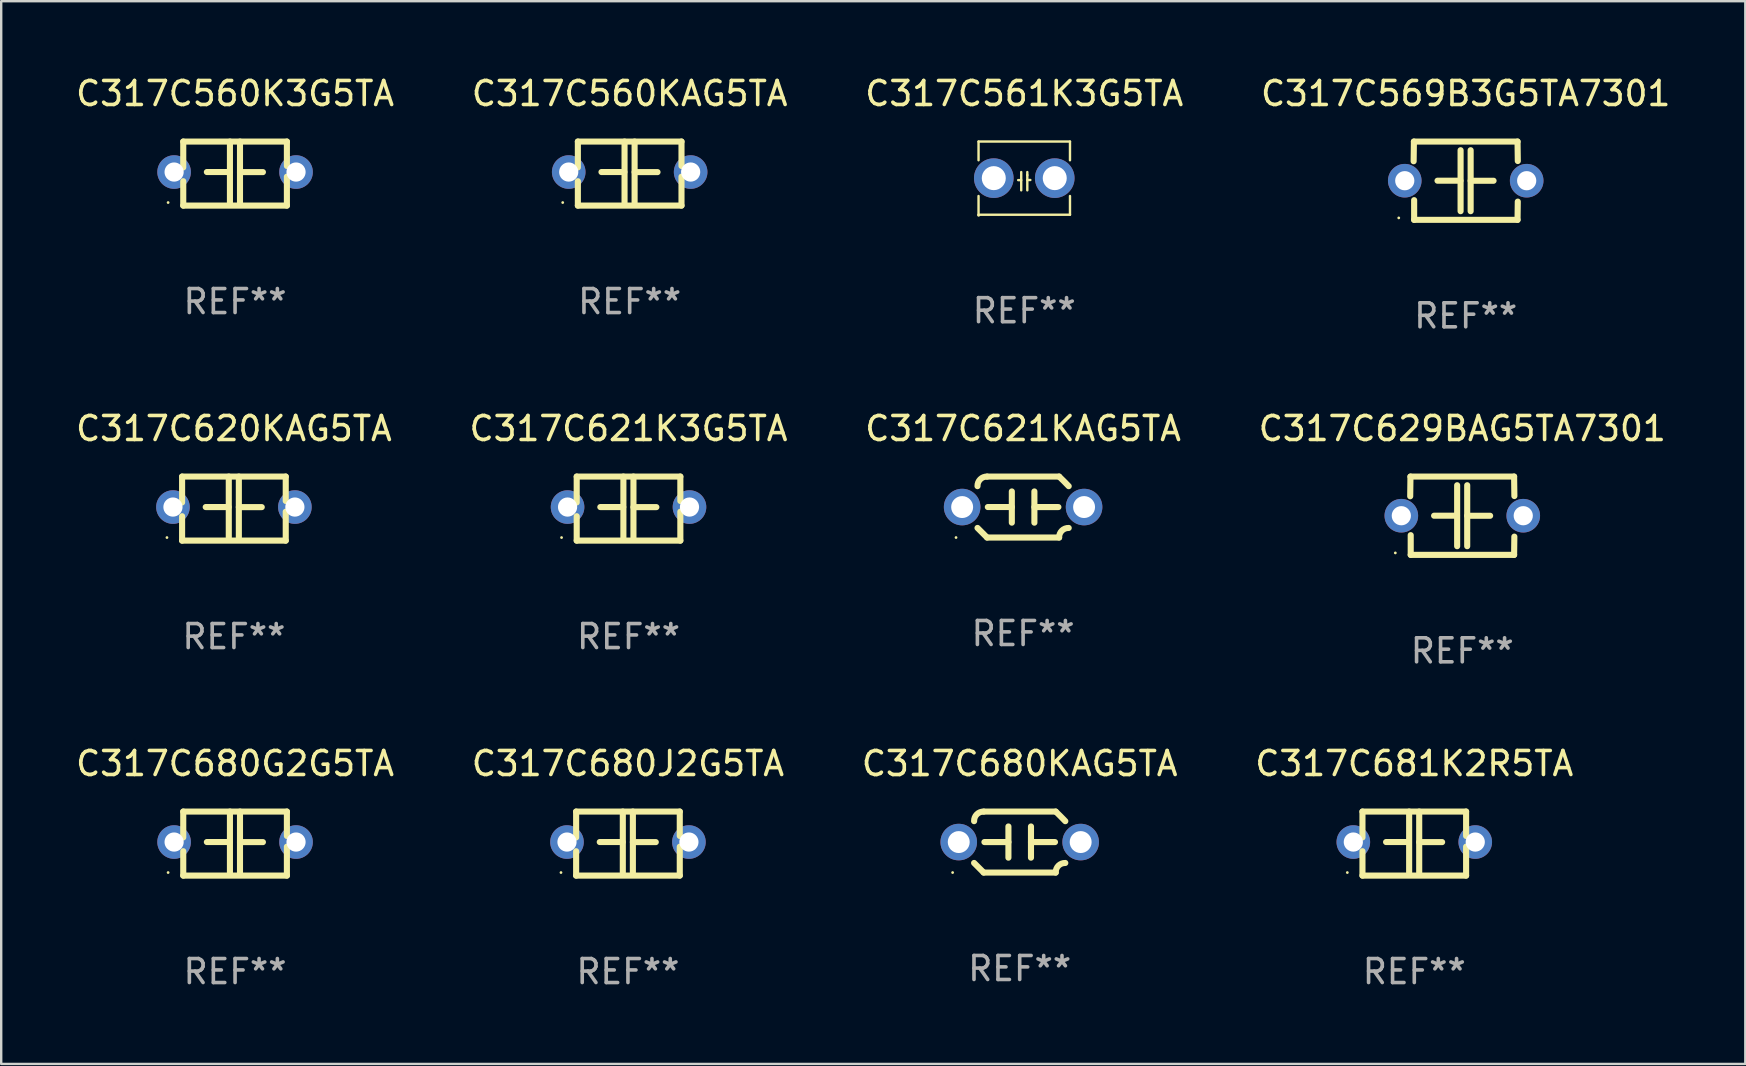
<source format=kicad_pcb>
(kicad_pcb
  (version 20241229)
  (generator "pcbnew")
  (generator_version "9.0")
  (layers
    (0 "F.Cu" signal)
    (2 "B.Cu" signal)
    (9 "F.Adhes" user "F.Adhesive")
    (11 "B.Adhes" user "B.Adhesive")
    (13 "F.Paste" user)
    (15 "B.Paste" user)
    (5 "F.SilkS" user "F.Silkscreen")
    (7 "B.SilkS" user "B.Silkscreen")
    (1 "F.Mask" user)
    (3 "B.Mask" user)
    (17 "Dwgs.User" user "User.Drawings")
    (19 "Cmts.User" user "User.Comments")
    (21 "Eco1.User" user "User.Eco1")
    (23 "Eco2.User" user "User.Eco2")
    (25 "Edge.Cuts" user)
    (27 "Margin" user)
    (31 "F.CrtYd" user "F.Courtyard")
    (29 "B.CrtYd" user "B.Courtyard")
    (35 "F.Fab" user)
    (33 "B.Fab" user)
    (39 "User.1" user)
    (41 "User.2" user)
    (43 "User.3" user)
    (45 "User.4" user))
  (footprint "C317C560K3G5TA"
    (layer "F.Cu")
    (at 6.744 4.182)
    (property "Reference" "C317C560K3G5TA" (at 0 -3.334 0) (layer "F.SilkS") (effects (font (size 1 1) (thickness 0.15))))
    (attr through_hole)
    (fp_line (start -2.159 -1.334) (end 2.159 -1.334) (stroke (width 0.254) (type solid)) (layer "F.SilkS"))
    (fp_line (start -2.159 -0.256) (end -2.159 -1.334) (stroke (width 0.254) (type solid)) (layer "F.SilkS"))
    (fp_line (start -2.159 1.334) (end -2.159 0.318) (stroke (width 0.254) (type solid)) (layer "F.SilkS"))
    (fp_line (start -0.22 -0.064) (end -1.175 -0.064) (stroke (width 0.254) (type solid)) (layer "F.SilkS"))
    (fp_line (start -0.214 -1.334) (end -0.214 1.207) (stroke (width 0.254) (type solid)) (layer "F.SilkS"))
    (fp_line (start 0.205 -1.334) (end 0.205 1.207) (stroke (width 0.254) (type solid)) (layer "F.SilkS"))
    (fp_line (start 0.205 -0.061) (end 1.16 -0.061) (stroke (width 0.254) (type solid)) (layer "F.SilkS"))
    (fp_line (start 2.159 -1.334) (end 2.159 -0.318) (stroke (width 0.254) (type solid)) (layer "F.SilkS"))
    (fp_line (start 2.159 0.129) (end 2.159 1.334) (stroke (width 0.254) (type solid)) (layer "F.SilkS"))
    (fp_line (start 2.159 1.334) (end -2.159 1.334) (stroke (width 0.254) (type solid)) (layer "F.SilkS"))
    (fp_circle (center -2.79 1.207) (end -2.76 1.207) (stroke (width 0.06) (type solid)) (fill no) (layer "F.SilkS"))
    (fp_text user "REF**" (at 0 5.334 0) (layer "F.Fab") (effects (font (size 1 1) (thickness 0.15))))
    (pad "1" thru_hole circle (at -2.54 -0.064) (size 1.4 1.4) (drill 0.8) (layers "*.Cu" "*.Mask"))
    (pad "2" thru_hole circle (at 2.54 -0.064) (size 1.4 1.4) (drill 0.8) (layers "*.Cu" "*.Mask")))
  (footprint "C317C620KAG5TA"
    (layer "F.Cu")
    (at 6.696 18.14)
    (property "Reference" "C317C620KAG5TA" (at 0 -3.334 0) (layer "F.SilkS") (effects (font (size 1 1) (thickness 0.15))))
    (attr through_hole)
    (fp_line (start -2.159 -1.334) (end 2.159 -1.334) (stroke (width 0.254) (type solid)) (layer "F.SilkS"))
    (fp_line (start -2.159 -0.256) (end -2.159 -1.334) (stroke (width 0.254) (type solid)) (layer "F.SilkS"))
    (fp_line (start -2.159 1.334) (end -2.159 0.318) (stroke (width 0.254) (type solid)) (layer "F.SilkS"))
    (fp_line (start -0.22 -0.064) (end -1.175 -0.064) (stroke (width 0.254) (type solid)) (layer "F.SilkS"))
    (fp_line (start -0.214 -1.334) (end -0.214 1.207) (stroke (width 0.254) (type solid)) (layer "F.SilkS"))
    (fp_line (start 0.205 -1.334) (end 0.205 1.207) (stroke (width 0.254) (type solid)) (layer "F.SilkS"))
    (fp_line (start 0.205 -0.061) (end 1.16 -0.061) (stroke (width 0.254) (type solid)) (layer "F.SilkS"))
    (fp_line (start 2.159 -1.334) (end 2.159 -0.318) (stroke (width 0.254) (type solid)) (layer "F.SilkS"))
    (fp_line (start 2.159 0.129) (end 2.159 1.334) (stroke (width 0.254) (type solid)) (layer "F.SilkS"))
    (fp_line (start 2.159 1.334) (end -2.159 1.334) (stroke (width 0.254) (type solid)) (layer "F.SilkS"))
    (fp_circle (center -2.79 1.207) (end -2.76 1.207) (stroke (width 0.06) (type solid)) (fill no) (layer "F.SilkS"))
    (fp_text user "REF**" (at 0 5.334 0) (layer "F.Fab") (effects (font (size 1 1) (thickness 0.15))))
    (pad "1" thru_hole circle (at -2.54 -0.064) (size 1.4 1.4) (drill 0.8) (layers "*.Cu" "*.Mask"))
    (pad "2" thru_hole circle (at 2.54 -0.064) (size 1.4 1.4) (drill 0.8) (layers "*.Cu" "*.Mask")))
  (footprint "C317C569B3G5TA7301"
    (layer "F.Cu")
    (at 58.018 4.479)
    (property "Reference" "C317C569B3G5TA7301" (at 0 -3.631 0) (layer "F.SilkS") (effects (font (size 1 1) (thickness 0.15))))
    (attr through_hole)
    (fp_line (start -2.17 -0.81) (end -2.159 -1.631) (stroke (width 0.254) (type solid)) (layer "F.SilkS"))
    (fp_line (start -2.159 -1.631) (end 2.159 -1.631) (stroke (width 0.254) (type solid)) (layer "F.SilkS"))
    (fp_line (start -2.149 1.631) (end -2.149 0.81) (stroke (width 0.254) (type solid)) (layer "F.SilkS"))
    (fp_line (start -0.22 0) (end -1.175 0) (stroke (width 0.254) (type solid)) (layer "F.SilkS"))
    (fp_line (start -0.214 -1.27) (end -0.214 1.27) (stroke (width 0.254) (type solid)) (layer "F.SilkS"))
    (fp_line (start 0.205 -1.27) (end 0.205 1.27) (stroke (width 0.254) (type solid)) (layer "F.SilkS"))
    (fp_line (start 0.205 0.002) (end 1.16 0.002) (stroke (width 0.254) (type solid)) (layer "F.SilkS"))
    (fp_line (start 2.159 -1.631) (end 2.17 -0.82) (stroke (width 0.254) (type solid)) (layer "F.SilkS"))
    (fp_line (start 2.159 1.631) (end -2.149 1.631) (stroke (width 0.254) (type solid)) (layer "F.SilkS"))
    (fp_line (start 2.169 0.871) (end 2.159 1.631) (stroke (width 0.254) (type solid)) (layer "F.SilkS"))
    (fp_circle (center -2.79 1.55) (end -2.76 1.55) (stroke (width 0.06) (type solid)) (fill no) (layer "F.SilkS"))
    (fp_text user "REF**" (at 0 5.631 0) (layer "F.Fab") (effects (font (size 1 1) (thickness 0.15))))
    (pad "1" thru_hole circle (at -2.54 0) (size 1.4 1.4) (drill 0.8) (layers "*.Cu" "*.Mask"))
    (pad "2" thru_hole circle (at 2.54 0) (size 1.4 1.4) (drill 0.8) (layers "*.Cu" "*.Mask")))
  (footprint "C317C621K3G5TA"
    (layer "F.Cu")
    (at 23.137 18.14)
    (property "Reference" "C317C621K3G5TA" (at 0 -3.334 0) (layer "F.SilkS") (effects (font (size 1 1) (thickness 0.15))))
    (attr through_hole)
    (fp_line (start -2.159 -1.334) (end 2.159 -1.334) (stroke (width 0.254) (type solid)) (layer "F.SilkS"))
    (fp_line (start -2.159 -0.256) (end -2.159 -1.334) (stroke (width 0.254) (type solid)) (layer "F.SilkS"))
    (fp_line (start -2.159 1.334) (end -2.159 0.318) (stroke (width 0.254) (type solid)) (layer "F.SilkS"))
    (fp_line (start -0.22 -0.064) (end -1.175 -0.064) (stroke (width 0.254) (type solid)) (layer "F.SilkS"))
    (fp_line (start -0.214 -1.334) (end -0.214 1.207) (stroke (width 0.254) (type solid)) (layer "F.SilkS"))
    (fp_line (start 0.205 -1.334) (end 0.205 1.207) (stroke (width 0.254) (type solid)) (layer "F.SilkS"))
    (fp_line (start 0.205 -0.061) (end 1.16 -0.061) (stroke (width 0.254) (type solid)) (layer "F.SilkS"))
    (fp_line (start 2.159 -1.334) (end 2.159 -0.318) (stroke (width 0.254) (type solid)) (layer "F.SilkS"))
    (fp_line (start 2.159 0.129) (end 2.159 1.334) (stroke (width 0.254) (type solid)) (layer "F.SilkS"))
    (fp_line (start 2.159 1.334) (end -2.159 1.334) (stroke (width 0.254) (type solid)) (layer "F.SilkS"))
    (fp_circle (center -2.79 1.207) (end -2.76 1.207) (stroke (width 0.06) (type solid)) (fill no) (layer "F.SilkS"))
    (fp_text user "REF**" (at 0 5.334 0) (layer "F.Fab") (effects (font (size 1 1) (thickness 0.15))))
    (pad "1" thru_hole circle (at -2.54 -0.064) (size 1.4 1.4) (drill 0.8) (layers "*.Cu" "*.Mask"))
    (pad "2" thru_hole circle (at 2.54 -0.064) (size 1.4 1.4) (drill 0.8) (layers "*.Cu" "*.Mask")))
  (footprint "C317C680G2G5TA"
    (layer "F.Cu")
    (at 6.744 32.097)
    (property "Reference" "C317C680G2G5TA" (at 0 -3.334 0) (layer "F.SilkS") (effects (font (size 1 1) (thickness 0.15))))
    (attr through_hole)
    (fp_line (start -2.159 -1.334) (end 2.159 -1.334) (stroke (width 0.254) (type solid)) (layer "F.SilkS"))
    (fp_line (start -2.159 -0.256) (end -2.159 -1.334) (stroke (width 0.254) (type solid)) (layer "F.SilkS"))
    (fp_line (start -2.159 1.334) (end -2.159 0.318) (stroke (width 0.254) (type solid)) (layer "F.SilkS"))
    (fp_line (start -0.22 -0.064) (end -1.175 -0.064) (stroke (width 0.254) (type solid)) (layer "F.SilkS"))
    (fp_line (start -0.214 -1.334) (end -0.214 1.207) (stroke (width 0.254) (type solid)) (layer "F.SilkS"))
    (fp_line (start 0.205 -1.334) (end 0.205 1.207) (stroke (width 0.254) (type solid)) (layer "F.SilkS"))
    (fp_line (start 0.205 -0.061) (end 1.16 -0.061) (stroke (width 0.254) (type solid)) (layer "F.SilkS"))
    (fp_line (start 2.159 -1.334) (end 2.159 -0.318) (stroke (width 0.254) (type solid)) (layer "F.SilkS"))
    (fp_line (start 2.159 0.129) (end 2.159 1.334) (stroke (width 0.254) (type solid)) (layer "F.SilkS"))
    (fp_line (start 2.159 1.334) (end -2.159 1.334) (stroke (width 0.254) (type solid)) (layer "F.SilkS"))
    (fp_circle (center -2.79 1.207) (end -2.76 1.207) (stroke (width 0.06) (type solid)) (fill no) (layer "F.SilkS"))
    (fp_text user "REF**" (at 0 5.334 0) (layer "F.Fab") (effects (font (size 1 1) (thickness 0.15))))
    (pad "1" thru_hole circle (at -2.54 -0.064) (size 1.4 1.4) (drill 0.8) (layers "*.Cu" "*.Mask"))
    (pad "2" thru_hole circle (at 2.54 -0.064) (size 1.4 1.4) (drill 0.8) (layers "*.Cu" "*.Mask")))
  (footprint "C317C560KAG5TA"
    (layer "F.Cu")
    (at 23.185 4.182)
    (property "Reference" "C317C560KAG5TA" (at 0 -3.334 0) (layer "F.SilkS") (effects (font (size 1 1) (thickness 0.15))))
    (attr through_hole)
    (fp_line (start -2.159 -1.334) (end 2.159 -1.334) (stroke (width 0.254) (type solid)) (layer "F.SilkS"))
    (fp_line (start -2.159 -0.256) (end -2.159 -1.334) (stroke (width 0.254) (type solid)) (layer "F.SilkS"))
    (fp_line (start -2.159 1.334) (end -2.159 0.318) (stroke (width 0.254) (type solid)) (layer "F.SilkS"))
    (fp_line (start -0.22 -0.064) (end -1.175 -0.064) (stroke (width 0.254) (type solid)) (layer "F.SilkS"))
    (fp_line (start -0.214 -1.334) (end -0.214 1.207) (stroke (width 0.254) (type solid)) (layer "F.SilkS"))
    (fp_line (start 0.205 -1.334) (end 0.205 1.207) (stroke (width 0.254) (type solid)) (layer "F.SilkS"))
    (fp_line (start 0.205 -0.061) (end 1.16 -0.061) (stroke (width 0.254) (type solid)) (layer "F.SilkS"))
    (fp_line (start 2.159 -1.334) (end 2.159 -0.318) (stroke (width 0.254) (type solid)) (layer "F.SilkS"))
    (fp_line (start 2.159 0.129) (end 2.159 1.334) (stroke (width 0.254) (type solid)) (layer "F.SilkS"))
    (fp_line (start 2.159 1.334) (end -2.159 1.334) (stroke (width 0.254) (type solid)) (layer "F.SilkS"))
    (fp_circle (center -2.79 1.207) (end -2.76 1.207) (stroke (width 0.06) (type solid)) (fill no) (layer "F.SilkS"))
    (fp_text user "REF**" (at 0 5.334 0) (layer "F.Fab") (effects (font (size 1 1) (thickness 0.15))))
    (pad "1" thru_hole circle (at -2.54 -0.064) (size 1.4 1.4) (drill 0.8) (layers "*.Cu" "*.Mask"))
    (pad "2" thru_hole circle (at 2.54 -0.064) (size 1.4 1.4) (drill 0.8) (layers "*.Cu" "*.Mask")))
  (footprint "C317C621KAG5TA"
    (layer "F.Cu")
    (at 39.577 18.076)
    (property "Reference" "C317C621KAG5TA" (at 0 -3.27 0) (layer "F.SilkS") (effects (font (size 1 1) (thickness 0.15))))
    (attr through_hole)
    (fp_line (start -1.5 -1.27) (end 1.5 -1.27) (stroke (width 0.254) (type solid)) (layer "F.SilkS"))
    (fp_line (start -0.47 -0.65) (end -0.47 0.65) (stroke (width 0.254) (type solid)) (layer "F.SilkS"))
    (fp_line (start -0.47 -0.000381) (end -1.47 -0.000381) (stroke (width 0.254) (type solid)) (layer "F.SilkS"))
    (fp_line (start 0.47 0.000356) (end 1.47 0.000356) (stroke (width 0.254) (type solid)) (layer "F.SilkS"))
    (fp_line (start 0.47 0.65) (end 0.47 -0.65) (stroke (width 0.254) (type solid)) (layer "F.SilkS"))
    (fp_line (start 1.5 1.27) (end -1.5 1.27) (stroke (width 0.254) (type solid)) (layer "F.SilkS"))
    (fp_arc (start -1.899924 -0.871221) (mid -1.78599 -1.156887) (end -1.5 -1.270003) (stroke (width 0.254001) (type solid)) (layer "F.SilkS"))
    (fp_arc (start -1.501217 1.269929) (mid -1.700682 1.070039) (end -1.9 0.870003) (stroke (width 0.254001) (type solid)) (layer "F.SilkS"))
    (fp_arc (start 1.5 1.270003) (mid 1.614112 0.984517) (end 1.899923 0.871222) (stroke (width 0.254001) (type solid)) (layer "F.SilkS"))
    (fp_arc (start 1.501219 -1.269927) (mid 1.70319 -1.072538) (end 1.9 -0.870003) (stroke (width 0.254001) (type solid)) (layer "F.SilkS"))
    (fp_circle (center -2.795 1.27) (end -2.765 1.27) (stroke (width 0.06) (type solid)) (fill no) (layer "F.SilkS"))
    (fp_text user "REF**" (at 0 5.27 0) (layer "F.Fab") (effects (font (size 1 1) (thickness 0.15))))
    (pad "1" thru_hole circle (at -2.54 0) (size 1.524 1.524) (drill 0.914) (layers "*.Cu" "*.Mask"))
    (pad "2" thru_hole circle (at 2.54 0) (size 1.524 1.524) (drill 0.914) (layers "*.Cu" "*.Mask")))
  (footprint "C317C629BAG5TA7301"
    (layer "F.Cu")
    (at 57.875 18.437)
    (property "Reference" "C317C629BAG5TA7301" (at 0 -3.631 0) (layer "F.SilkS") (effects (font (size 1 1) (thickness 0.15))))
    (attr through_hole)
    (fp_line (start -2.17 -0.81) (end -2.159 -1.631) (stroke (width 0.254) (type solid)) (layer "F.SilkS"))
    (fp_line (start -2.159 -1.631) (end 2.159 -1.631) (stroke (width 0.254) (type solid)) (layer "F.SilkS"))
    (fp_line (start -2.149 1.631) (end -2.149 0.81) (stroke (width 0.254) (type solid)) (layer "F.SilkS"))
    (fp_line (start -0.22 0) (end -1.175 0) (stroke (width 0.254) (type solid)) (layer "F.SilkS"))
    (fp_line (start -0.214 -1.27) (end -0.214 1.27) (stroke (width 0.254) (type solid)) (layer "F.SilkS"))
    (fp_line (start 0.205 -1.27) (end 0.205 1.27) (stroke (width 0.254) (type solid)) (layer "F.SilkS"))
    (fp_line (start 0.205 0.002) (end 1.16 0.002) (stroke (width 0.254) (type solid)) (layer "F.SilkS"))
    (fp_line (start 2.159 -1.631) (end 2.17 -0.82) (stroke (width 0.254) (type solid)) (layer "F.SilkS"))
    (fp_line (start 2.159 1.631) (end -2.149 1.631) (stroke (width 0.254) (type solid)) (layer "F.SilkS"))
    (fp_line (start 2.169 0.871) (end 2.159 1.631) (stroke (width 0.254) (type solid)) (layer "F.SilkS"))
    (fp_circle (center -2.79 1.55) (end -2.76 1.55) (stroke (width 0.06) (type solid)) (fill no) (layer "F.SilkS"))
    (fp_text user "REF**" (at 0 5.631 0) (layer "F.Fab") (effects (font (size 1 1) (thickness 0.15))))
    (pad "1" thru_hole circle (at -2.54 0) (size 1.4 1.4) (drill 0.8) (layers "*.Cu" "*.Mask"))
    (pad "2" thru_hole circle (at 2.54 0) (size 1.4 1.4) (drill 0.8) (layers "*.Cu" "*.Mask")))
  (footprint "C317C561K3G5TA"
    (layer "F.Cu")
    (at 39.625 4.372)
    (property "Reference" "C317C561K3G5TA" (at 0 -3.524 0) (layer "F.SilkS") (effects (font (size 1 1) (thickness 0.15))))
    (attr through_hole)
    (fp_line (start -1.905 -1.524) (end -1.905 -0.745) (stroke (width 0.1) (type solid)) (layer "F.SilkS"))
    (fp_line (start -1.905 0.745) (end -1.905 1.524) (stroke (width 0.1) (type solid)) (layer "F.SilkS"))
    (fp_line (start -1.905 1.524) (end 1.905 1.524) (stroke (width 0.1) (type solid)) (layer "F.SilkS"))
    (fp_line (start -0.127 -0.254) (end -0.127 0.508) (stroke (width 0.1) (type solid)) (layer "F.SilkS"))
    (fp_line (start -0.127 0.082) (end -0.254 0.082) (stroke (width 0.1) (type solid)) (layer "F.SilkS"))
    (fp_line (start 0.127 -0.127) (end 0.127 -0.254) (stroke (width 0.1) (type solid)) (layer "F.SilkS"))
    (fp_line (start 0.127 -0.127) (end 0.127 0.508) (stroke (width 0.1) (type solid)) (layer "F.SilkS"))
    (fp_line (start 0.127 0.077) (end 0.254 0.077) (stroke (width 0.1) (type solid)) (layer "F.SilkS"))
    (fp_line (start 1.905 -1.524) (end -1.905 -1.524) (stroke (width 0.1) (type solid)) (layer "F.SilkS"))
    (fp_line (start 1.905 -0.745) (end 1.905 -1.524) (stroke (width 0.1) (type solid)) (layer "F.SilkS"))
    (fp_line (start 1.905 1.524) (end 1.905 0.745) (stroke (width 0.1) (type solid)) (layer "F.SilkS"))
    (fp_circle (center -1.9 1.55) (end -1.87 1.55) (stroke (width 0.06) (type solid)) (fill no) (layer "F.SilkS"))
    (fp_text user "REF**" (at 0 5.524 0) (layer "F.Fab") (effects (font (size 1 1) (thickness 0.15))))
    (pad "1" thru_hole circle (at -1.27 0) (size 1.65 1.65) (drill 1) (layers "*.Cu" "*.Mask"))
    (pad "2" thru_hole circle (at 1.27 0) (size 1.65 1.65) (drill 1) (layers "*.Cu" "*.Mask")))
  (footprint "C317C680J2G5TA"
    (layer "F.Cu")
    (at 23.113 32.097)
    (property "Reference" "C317C680J2G5TA" (at 0 -3.334 0) (layer "F.SilkS") (effects (font (size 1 1) (thickness 0.15))))
    (attr through_hole)
    (fp_line (start -2.159 -1.334) (end 2.159 -1.334) (stroke (width 0.254) (type solid)) (layer "F.SilkS"))
    (fp_line (start -2.159 -0.256) (end -2.159 -1.334) (stroke (width 0.254) (type solid)) (layer "F.SilkS"))
    (fp_line (start -2.159 1.334) (end -2.159 0.318) (stroke (width 0.254) (type solid)) (layer "F.SilkS"))
    (fp_line (start -0.22 -0.064) (end -1.175 -0.064) (stroke (width 0.254) (type solid)) (layer "F.SilkS"))
    (fp_line (start -0.214 -1.334) (end -0.214 1.207) (stroke (width 0.254) (type solid)) (layer "F.SilkS"))
    (fp_line (start 0.205 -1.334) (end 0.205 1.207) (stroke (width 0.254) (type solid)) (layer "F.SilkS"))
    (fp_line (start 0.205 -0.061) (end 1.16 -0.061) (stroke (width 0.254) (type solid)) (layer "F.SilkS"))
    (fp_line (start 2.159 -1.334) (end 2.159 -0.318) (stroke (width 0.254) (type solid)) (layer "F.SilkS"))
    (fp_line (start 2.159 0.129) (end 2.159 1.334) (stroke (width 0.254) (type solid)) (layer "F.SilkS"))
    (fp_line (start 2.159 1.334) (end -2.159 1.334) (stroke (width 0.254) (type solid)) (layer "F.SilkS"))
    (fp_circle (center -2.79 1.207) (end -2.76 1.207) (stroke (width 0.06) (type solid)) (fill no) (layer "F.SilkS"))
    (fp_text user "REF**" (at 0 5.334 0) (layer "F.Fab") (effects (font (size 1 1) (thickness 0.15))))
    (pad "1" thru_hole circle (at -2.54 -0.064) (size 1.4 1.4) (drill 0.8) (layers "*.Cu" "*.Mask"))
    (pad "2" thru_hole circle (at 2.54 -0.064) (size 1.4 1.4) (drill 0.8) (layers "*.Cu" "*.Mask")))
  (footprint "C317C680KAG5TA"
    (layer "F.Cu")
    (at 39.435 32.034)
    (property "Reference" "C317C680KAG5TA" (at 0 -3.27 0) (layer "F.SilkS") (effects (font (size 1 1) (thickness 0.15))))
    (attr through_hole)
    (fp_line (start -1.5 -1.27) (end 1.5 -1.27) (stroke (width 0.254) (type solid)) (layer "F.SilkS"))
    (fp_line (start -0.47 -0.65) (end -0.47 0.65) (stroke (width 0.254) (type solid)) (layer "F.SilkS"))
    (fp_line (start -0.47 -0.000381) (end -1.47 -0.000381) (stroke (width 0.254) (type solid)) (layer "F.SilkS"))
    (fp_line (start 0.47 0.000356) (end 1.47 0.000356) (stroke (width 0.254) (type solid)) (layer "F.SilkS"))
    (fp_line (start 0.47 0.65) (end 0.47 -0.65) (stroke (width 0.254) (type solid)) (layer "F.SilkS"))
    (fp_line (start 1.5 1.27) (end -1.5 1.27) (stroke (width 0.254) (type solid)) (layer "F.SilkS"))
    (fp_arc (start -1.899924 -0.871221) (mid -1.78599 -1.156887) (end -1.5 -1.270003) (stroke (width 0.254001) (type solid)) (layer "F.SilkS"))
    (fp_arc (start -1.501217 1.269929) (mid -1.700682 1.070039) (end -1.9 0.870003) (stroke (width 0.254001) (type solid)) (layer "F.SilkS"))
    (fp_arc (start 1.5 1.270003) (mid 1.614112 0.984517) (end 1.899923 0.871222) (stroke (width 0.254001) (type solid)) (layer "F.SilkS"))
    (fp_arc (start 1.501219 -1.269927) (mid 1.70319 -1.072538) (end 1.9 -0.870003) (stroke (width 0.254001) (type solid)) (layer "F.SilkS"))
    (fp_circle (center -2.795 1.27) (end -2.765 1.27) (stroke (width 0.06) (type solid)) (fill no) (layer "F.SilkS"))
    (fp_text user "REF**" (at 0 5.27 0) (layer "F.Fab") (effects (font (size 1 1) (thickness 0.15))))
    (pad "1" thru_hole circle (at -2.54 0) (size 1.524 1.524) (drill 0.914) (layers "*.Cu" "*.Mask"))
    (pad "2" thru_hole circle (at 2.54 0) (size 1.524 1.524) (drill 0.914) (layers "*.Cu" "*.Mask")))
  (footprint "C317C681K2R5TA"
    (layer "F.Cu")
    (at 55.875 32.097)
    (property "Reference" "C317C681K2R5TA" (at 0 -3.334 0) (layer "F.SilkS") (effects (font (size 1 1) (thickness 0.15))))
    (attr through_hole)
    (fp_line (start -2.159 -1.334) (end 2.159 -1.334) (stroke (width 0.254) (type solid)) (layer "F.SilkS"))
    (fp_line (start -2.159 -0.256) (end -2.159 -1.334) (stroke (width 0.254) (type solid)) (layer "F.SilkS"))
    (fp_line (start -2.159 1.334) (end -2.159 0.318) (stroke (width 0.254) (type solid)) (layer "F.SilkS"))
    (fp_line (start -0.22 -0.064) (end -1.175 -0.064) (stroke (width 0.254) (type solid)) (layer "F.SilkS"))
    (fp_line (start -0.214 -1.334) (end -0.214 1.207) (stroke (width 0.254) (type solid)) (layer "F.SilkS"))
    (fp_line (start 0.205 -1.334) (end 0.205 1.207) (stroke (width 0.254) (type solid)) (layer "F.SilkS"))
    (fp_line (start 0.205 -0.061) (end 1.16 -0.061) (stroke (width 0.254) (type solid)) (layer "F.SilkS"))
    (fp_line (start 2.159 -1.334) (end 2.159 -0.318) (stroke (width 0.254) (type solid)) (layer "F.SilkS"))
    (fp_line (start 2.159 0.129) (end 2.159 1.334) (stroke (width 0.254) (type solid)) (layer "F.SilkS"))
    (fp_line (start 2.159 1.334) (end -2.159 1.334) (stroke (width 0.254) (type solid)) (layer "F.SilkS"))
    (fp_circle (center -2.79 1.207) (end -2.76 1.207) (stroke (width 0.06) (type solid)) (fill no) (layer "F.SilkS"))
    (fp_text user "REF**" (at 0 5.334 0) (layer "F.Fab") (effects (font (size 1 1) (thickness 0.15))))
    (pad "1" thru_hole circle (at -2.54 -0.064) (size 1.4 1.4) (drill 0.8) (layers "*.Cu" "*.Mask"))
    (pad "2" thru_hole circle (at 2.54 -0.064) (size 1.4 1.4) (drill 0.8) (layers "*.Cu" "*.Mask")))
  (gr_rect
    (start -3 -3)
    (end 69.667 41.279)
    (stroke (width 0.1) (type default))
    (fill no)
    (layer "Edge.Cuts")))
</source>
